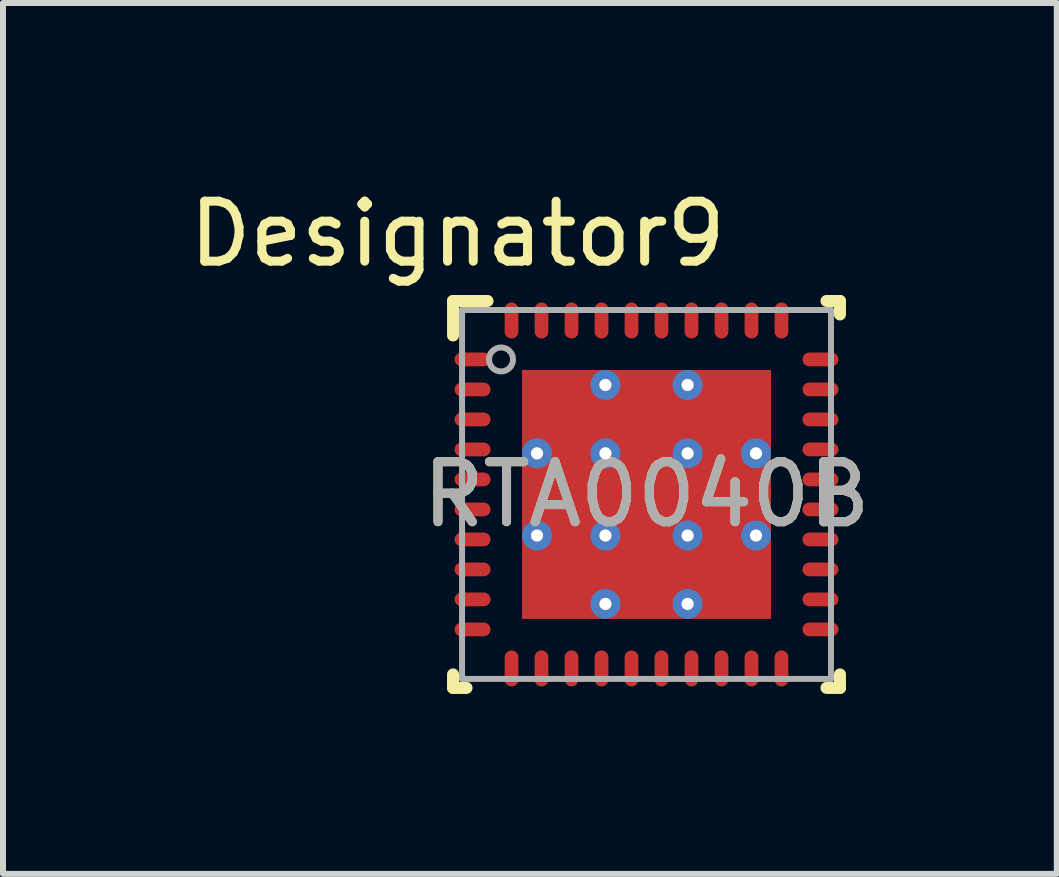
<source format=kicad_pcb>
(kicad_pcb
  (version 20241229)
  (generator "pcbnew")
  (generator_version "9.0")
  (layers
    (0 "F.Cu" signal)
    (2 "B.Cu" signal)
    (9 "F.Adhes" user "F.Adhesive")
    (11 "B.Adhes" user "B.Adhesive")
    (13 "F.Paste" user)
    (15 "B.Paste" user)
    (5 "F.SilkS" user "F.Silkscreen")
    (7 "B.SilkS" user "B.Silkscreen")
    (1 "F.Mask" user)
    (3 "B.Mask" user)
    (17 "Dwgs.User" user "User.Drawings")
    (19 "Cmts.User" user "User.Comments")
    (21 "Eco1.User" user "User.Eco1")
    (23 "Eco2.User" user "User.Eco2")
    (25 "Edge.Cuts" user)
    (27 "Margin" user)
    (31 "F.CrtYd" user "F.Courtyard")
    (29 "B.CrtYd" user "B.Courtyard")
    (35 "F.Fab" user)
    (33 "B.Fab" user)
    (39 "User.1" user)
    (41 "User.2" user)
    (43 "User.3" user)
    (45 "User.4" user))
  (footprint "RTA0040B"
    (layer "F.Cu")
    (at 7.727 5.192)
    (property "Reference" "RTA0040B" (at 0 0 0) (unlocked yes) (layer "F.SilkS") (effects (font (size 1 1) (thickness 0.15))))
    (attr smd)
    (fp_line (start -3.225 -3.225) (end -2.65 -3.225) (stroke (width 0.2) (type solid)) (layer "F.SilkS"))
    (fp_line (start -3.225 -2.65) (end -3.225 -3.225) (stroke (width 0.2) (type solid)) (layer "F.SilkS"))
    (fp_line (start -3.225 3.225) (end -3.225 3) (stroke (width 0.2) (type solid)) (layer "F.SilkS"))
    (fp_line (start -3.225 3.225) (end -3 3.225) (stroke (width 0.2) (type solid)) (layer "F.SilkS"))
    (fp_line (start 3 -3.225) (end 3.225 -3.225) (stroke (width 0.2) (type solid)) (layer "F.SilkS"))
    (fp_line (start 3 3.225) (end 3.225 3.225) (stroke (width 0.2) (type solid)) (layer "F.SilkS"))
    (fp_line (start 3.225 -3) (end 3.225 -3.225) (stroke (width 0.2) (type solid)) (layer "F.SilkS"))
    (fp_line (start 3.225 3.225) (end 3.225 3) (stroke (width 0.2) (type solid)) (layer "F.SilkS"))
    (fp_poly (pts (xy -1.955 -0.785) (xy -0.785 -0.785) (xy -0.785 -1.955) (xy -1.955 -1.955)) (stroke (width 0) (type solid)) (fill yes) (layer "F.Paste"))
    (fp_poly (pts (xy -1.955 0.585) (xy -0.785 0.585) (xy -0.785 -0.585) (xy -1.955 -0.585)) (stroke (width 0) (type solid)) (fill yes) (layer "F.Paste"))
    (fp_poly (pts (xy -1.955 1.955) (xy -0.785 1.955) (xy -0.785 0.785) (xy -1.955 0.785)) (stroke (width 0) (type solid)) (fill yes) (layer "F.Paste"))
    (fp_poly (pts (xy -0.585 -0.785) (xy 0.585 -0.785) (xy 0.585 -1.955) (xy -0.585 -1.955)) (stroke (width 0) (type solid)) (fill yes) (layer "F.Paste"))
    (fp_poly (pts (xy -0.585 0.585) (xy 0.585 0.585) (xy 0.585 -0.585) (xy -0.585 -0.585)) (stroke (width 0) (type solid)) (fill yes) (layer "F.Paste"))
    (fp_poly (pts (xy -0.585 1.955) (xy 0.585 1.955) (xy 0.585 0.785) (xy -0.585 0.785)) (stroke (width 0) (type solid)) (fill yes) (layer "F.Paste"))
    (fp_poly (pts (xy 0.785 -0.785) (xy 1.955 -0.785) (xy 1.955 -1.955) (xy 0.785 -1.955)) (stroke (width 0) (type solid)) (fill yes) (layer "F.Paste"))
    (fp_poly (pts (xy 0.785 0.585) (xy 1.955 0.585) (xy 1.955 -0.585) (xy 0.785 -0.585)) (stroke (width 0) (type solid)) (fill yes) (layer "F.Paste"))
    (fp_poly (pts (xy 0.785 1.955) (xy 1.955 1.955) (xy 1.955 0.785) (xy 0.785 0.785)) (stroke (width 0) (type solid)) (fill yes) (layer "F.Paste"))
    (fp_line (start -3.075 -3.075) (end 3.075 -3.075) (stroke (width 0.1) (type solid)) (layer "F.Fab"))
    (fp_line (start -3.075 3.075) (end -3.075 -3.075) (stroke (width 0.1) (type solid)) (layer "F.Fab"))
    (fp_line (start -3.075 3.075) (end 3.075 3.075) (stroke (width 0.1) (type solid)) (layer "F.Fab"))
    (fp_line (start 3.075 3.075) (end 3.075 -3.075) (stroke (width 0.1) (type solid)) (layer "F.Fab"))
    (fp_circle (center -2.425 -2.25) (end -2.225 -2.25) (stroke (width 0.1) (type solid)) (fill no) (layer "F.Fab"))
    (fp_text user "Designator9" (at -3.15 -4.343 0) (unlocked yes) (layer "F.SilkS") (effects (font (size 1 1) (thickness 0.15))))
    (fp_text user "${REFERENCE}" (at 0 0 0) (unlocked yes) (layer "F.Fab") (effects (font (size 1 1) (thickness 0.15))))
    (pad "1" smd oval (at -2.9 -2.25 90) (size 0.23 0.6) (layers "F.Cu" "F.Mask" "F.Paste"))
    (pad "2" smd oval (at -2.9 -1.75 90) (size 0.23 0.6) (layers "F.Cu" "F.Mask" "F.Paste"))
    (pad "3" smd oval (at -2.9 -1.25 90) (size 0.23 0.6) (layers "F.Cu" "F.Mask" "F.Paste"))
    (pad "4" smd oval (at -2.9 -0.75 90) (size 0.23 0.6) (layers "F.Cu" "F.Mask" "F.Paste"))
    (pad "5" smd oval (at -2.9 -0.25 90) (size 0.23 0.6) (layers "F.Cu" "F.Mask" "F.Paste"))
    (pad "6" smd oval (at -2.9 0.25 90) (size 0.23 0.6) (layers "F.Cu" "F.Mask" "F.Paste"))
    (pad "7" smd oval (at -2.9 0.75 90) (size 0.23 0.6) (layers "F.Cu" "F.Mask" "F.Paste"))
    (pad "8" smd oval (at -2.9 1.25 90) (size 0.23 0.6) (layers "F.Cu" "F.Mask" "F.Paste"))
    (pad "9" smd oval (at -2.9 1.75 90) (size 0.23 0.6) (layers "F.Cu" "F.Mask" "F.Paste"))
    (pad "10" smd oval (at -2.9 2.25 90) (size 0.23 0.6) (layers "F.Cu" "F.Mask" "F.Paste"))
    (pad "11" smd oval (at -2.25 2.9) (size 0.23 0.6) (layers "F.Cu" "F.Mask" "F.Paste"))
    (pad "12" smd oval (at -1.75 2.9) (size 0.23 0.6) (layers "F.Cu" "F.Mask" "F.Paste"))
    (pad "13" smd oval (at -1.25 2.9) (size 0.23 0.6) (layers "F.Cu" "F.Mask" "F.Paste"))
    (pad "14" smd oval (at -0.75 2.9) (size 0.23 0.6) (layers "F.Cu" "F.Mask" "F.Paste"))
    (pad "15" smd oval (at -0.25 2.9) (size 0.23 0.6) (layers "F.Cu" "F.Mask" "F.Paste"))
    (pad "16" smd oval (at 0.25 2.9) (size 0.23 0.6) (layers "F.Cu" "F.Mask" "F.Paste"))
    (pad "17" smd oval (at 0.75 2.9) (size 0.23 0.6) (layers "F.Cu" "F.Mask" "F.Paste"))
    (pad "18" smd oval (at 1.25 2.9) (size 0.23 0.6) (layers "F.Cu" "F.Mask" "F.Paste"))
    (pad "19" smd oval (at 1.75 2.9) (size 0.23 0.6) (layers "F.Cu" "F.Mask" "F.Paste"))
    (pad "20" smd oval (at 2.25 2.9) (size 0.23 0.6) (layers "F.Cu" "F.Mask" "F.Paste"))
    (pad "21" smd oval (at 2.9 2.25 90) (size 0.23 0.6) (layers "F.Cu" "F.Mask" "F.Paste"))
    (pad "22" smd oval (at 2.9 1.75 90) (size 0.23 0.6) (layers "F.Cu" "F.Mask" "F.Paste"))
    (pad "23" smd oval (at 2.9 1.25 90) (size 0.23 0.6) (layers "F.Cu" "F.Mask" "F.Paste"))
    (pad "24" smd oval (at 2.9 0.75 90) (size 0.23 0.6) (layers "F.Cu" "F.Mask" "F.Paste"))
    (pad "25" smd oval (at 2.9 0.25 90) (size 0.23 0.6) (layers "F.Cu" "F.Mask" "F.Paste"))
    (pad "26" smd oval (at 2.9 -0.25 90) (size 0.23 0.6) (layers "F.Cu" "F.Mask" "F.Paste"))
    (pad "27" smd oval (at 2.9 -0.75 90) (size 0.23 0.6) (layers "F.Cu" "F.Mask" "F.Paste"))
    (pad "28" smd oval (at 2.9 -1.25 90) (size 0.23 0.6) (layers "F.Cu" "F.Mask" "F.Paste"))
    (pad "29" smd oval (at 2.9 -1.75 90) (size 0.23 0.6) (layers "F.Cu" "F.Mask" "F.Paste"))
    (pad "30" smd oval (at 2.9 -2.25 90) (size 0.23 0.6) (layers "F.Cu" "F.Mask" "F.Paste"))
    (pad "31" smd oval (at 2.25 -2.9) (size 0.23 0.6) (layers "F.Cu" "F.Mask" "F.Paste"))
    (pad "32" smd oval (at 1.75 -2.9) (size 0.23 0.6) (layers "F.Cu" "F.Mask" "F.Paste"))
    (pad "33" smd oval (at 1.25 -2.9) (size 0.23 0.6) (layers "F.Cu" "F.Mask" "F.Paste"))
    (pad "34" smd oval (at 0.75 -2.9) (size 0.23 0.6) (layers "F.Cu" "F.Mask" "F.Paste"))
    (pad "35" smd oval (at 0.25 -2.9) (size 0.23 0.6) (layers "F.Cu" "F.Mask" "F.Paste"))
    (pad "36" smd oval (at -0.25 -2.9) (size 0.23 0.6) (layers "F.Cu" "F.Mask" "F.Paste"))
    (pad "37" smd oval (at -0.75 -2.9) (size 0.23 0.6) (layers "F.Cu" "F.Mask" "F.Paste"))
    (pad "38" smd oval (at -1.25 -2.9) (size 0.23 0.6) (layers "F.Cu" "F.Mask" "F.Paste"))
    (pad "39" smd oval (at -1.75 -2.9) (size 0.23 0.6) (layers "F.Cu" "F.Mask" "F.Paste"))
    (pad "40" smd oval (at -2.25 -2.9) (size 0.23 0.6) (layers "F.Cu" "F.Mask" "F.Paste"))
    (pad "41" smd rect (at 0 0) (size 4.15 4.15) (layers "F.Cu" "F.Mask"))
    (pad "V" thru_hole circle (at -1.825 -0.685) (size 0.5 0.5) (drill 0.203) (layers "*.Cu" "*.Mask"))
    (pad "V" thru_hole circle (at -1.825 0.685) (size 0.5 0.5) (drill 0.203) (layers "*.Cu" "*.Mask"))
    (pad "V" thru_hole circle (at -0.685 -1.825) (size 0.5 0.5) (drill 0.203) (layers "*.Cu" "*.Mask"))
    (pad "V" thru_hole circle (at -0.685 -0.685) (size 0.5 0.5) (drill 0.203) (layers "*.Cu" "*.Mask"))
    (pad "V" thru_hole circle (at -0.685 0.685) (size 0.5 0.5) (drill 0.203) (layers "*.Cu" "*.Mask"))
    (pad "V" thru_hole circle (at -0.685 1.825) (size 0.5 0.5) (drill 0.203) (layers "*.Cu" "*.Mask"))
    (pad "V" thru_hole circle (at 0.685 -1.825) (size 0.5 0.5) (drill 0.203) (layers "*.Cu" "*.Mask"))
    (pad "V" thru_hole circle (at 0.685 -0.685) (size 0.5 0.5) (drill 0.203) (layers "*.Cu" "*.Mask"))
    (pad "V" thru_hole circle (at 0.685 0.685) (size 0.5 0.5) (drill 0.203) (layers "*.Cu" "*.Mask"))
    (pad "V" thru_hole circle (at 0.685 1.825) (size 0.5 0.5) (drill 0.203) (layers "*.Cu" "*.Mask"))
    (pad "V" thru_hole circle (at 1.825 -0.685) (size 0.5 0.5) (drill 0.203) (layers "*.Cu" "*.Mask"))
    (pad "V" thru_hole circle (at 1.825 0.685) (size 0.5 0.5) (drill 0.203) (layers "*.Cu" "*.Mask")))
  (gr_rect
    (start -3 -3)
    (end 14.566 11.517)
    (stroke (width 0.1) (type default))
    (fill no)
    (layer "Edge.Cuts")))
</source>
